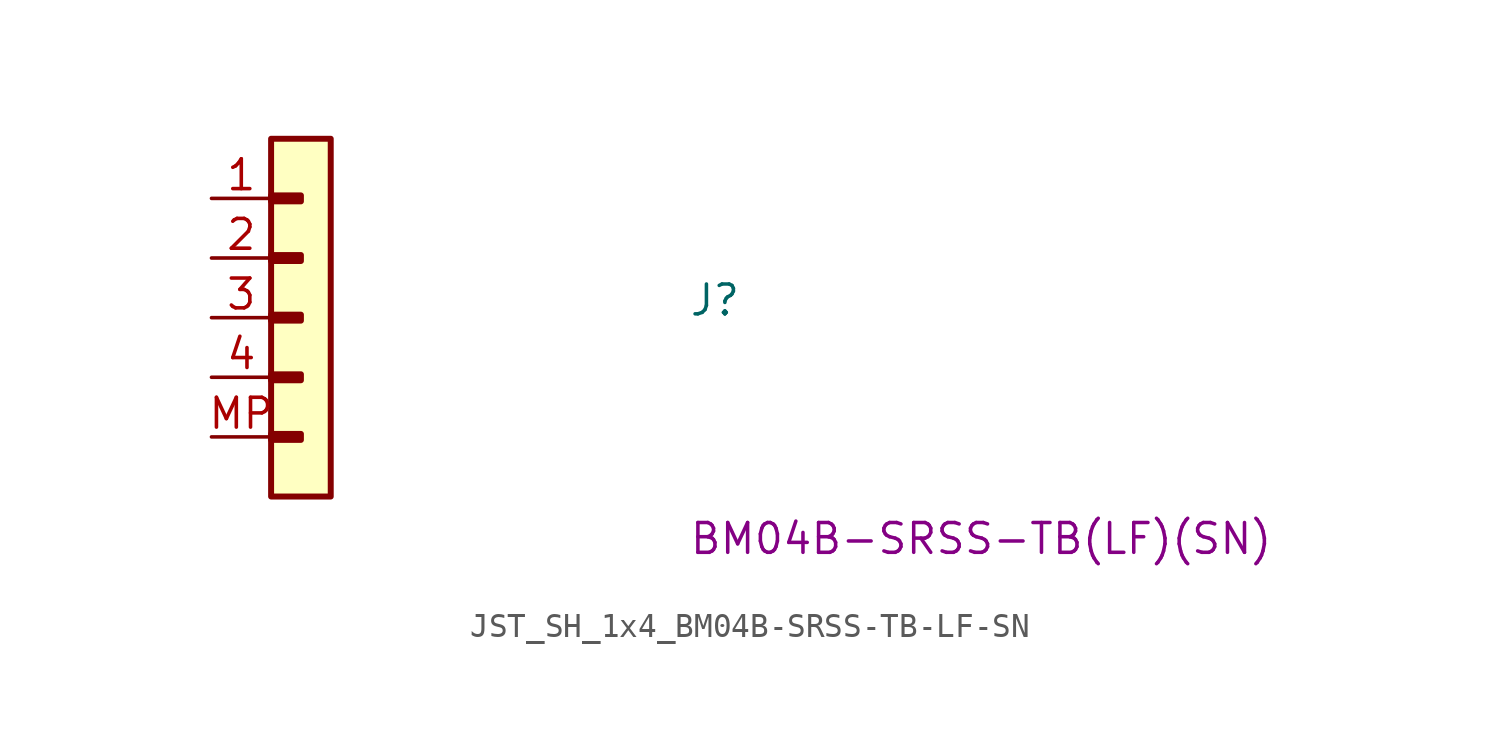
<source format=kicad_sym>
(kicad_symbol_lib
  (version 20220914)
  (generator kicad_symbol_editor)
  (symbol "JST_SH_1x4_BM04B-SRSS-TB-LF-SN"
    (property "Reference" "J"
      (at 20.32 -5.08 0)
      (effects (font (size 1.27 1.27) (thickness 0.15)) (justify left bottom)))
    (property "MPN" "BM04B-SRSS-TB(LF)(SN) "
      (at 20.32 -15.24 0)
      (effects (font (size 1.27 1.27) (thickness 0.15)) (justify left bottom)))
    (symbol "JST_SH_1x4_BM04B-SRSS-TB-LF-SN_1_1"
      (rectangle (start 2.54 -10.033) (end 3.81 -10.287) (stroke (width 0.254) (type default)) (fill (type background)))
      (rectangle (start 2.54 -7.493) (end 3.81 -7.747) (stroke (width 0.254) (type default)) (fill (type background)))
      (rectangle (start 2.54 -4.953) (end 3.81 -5.207) (stroke (width 0.254) (type default)) (fill (type background)))
      (rectangle (start 2.54 -2.413) (end 3.81 -2.667) (stroke (width 0.254) (type default)) (fill (type background)))
      (rectangle (start 2.54 0.127) (end 3.81 -0.127) (stroke (width 0.254) (type default)) (fill (type background)))
      (rectangle (start 2.54 2.54) (end 5.08 -12.7) (stroke (width 0.254) (type default)) (fill (type background)))
      (pin passive line (at 0 0 0) (length 2.54) (name "~" (effects (font (size 1.27 1.27)))) (number "1" (effects (font (size 1.27 1.27)))))
      (pin passive line (at 0 -2.54 0) (length 2.54) (name "~" (effects (font (size 1.27 1.27)))) (number "2" (effects (font (size 1.27 1.27)))))
      (pin passive line (at 0 -5.08 0) (length 2.54) (name "~" (effects (font (size 1.27 1.27)))) (number "3" (effects (font (size 1.27 1.27)))))
      (pin passive line (at 0 -7.62 0) (length 2.54) (name "~" (effects (font (size 1.27 1.27)))) (number "4" (effects (font (size 1.27 1.27)))))
      (pin passive line (at 0 -10.16 0) (length 2.54) (name "~" (effects (font (size 1.27 1.27)))) (number "MP" (effects (font (size 1.27 1.27))))))))
</source>
